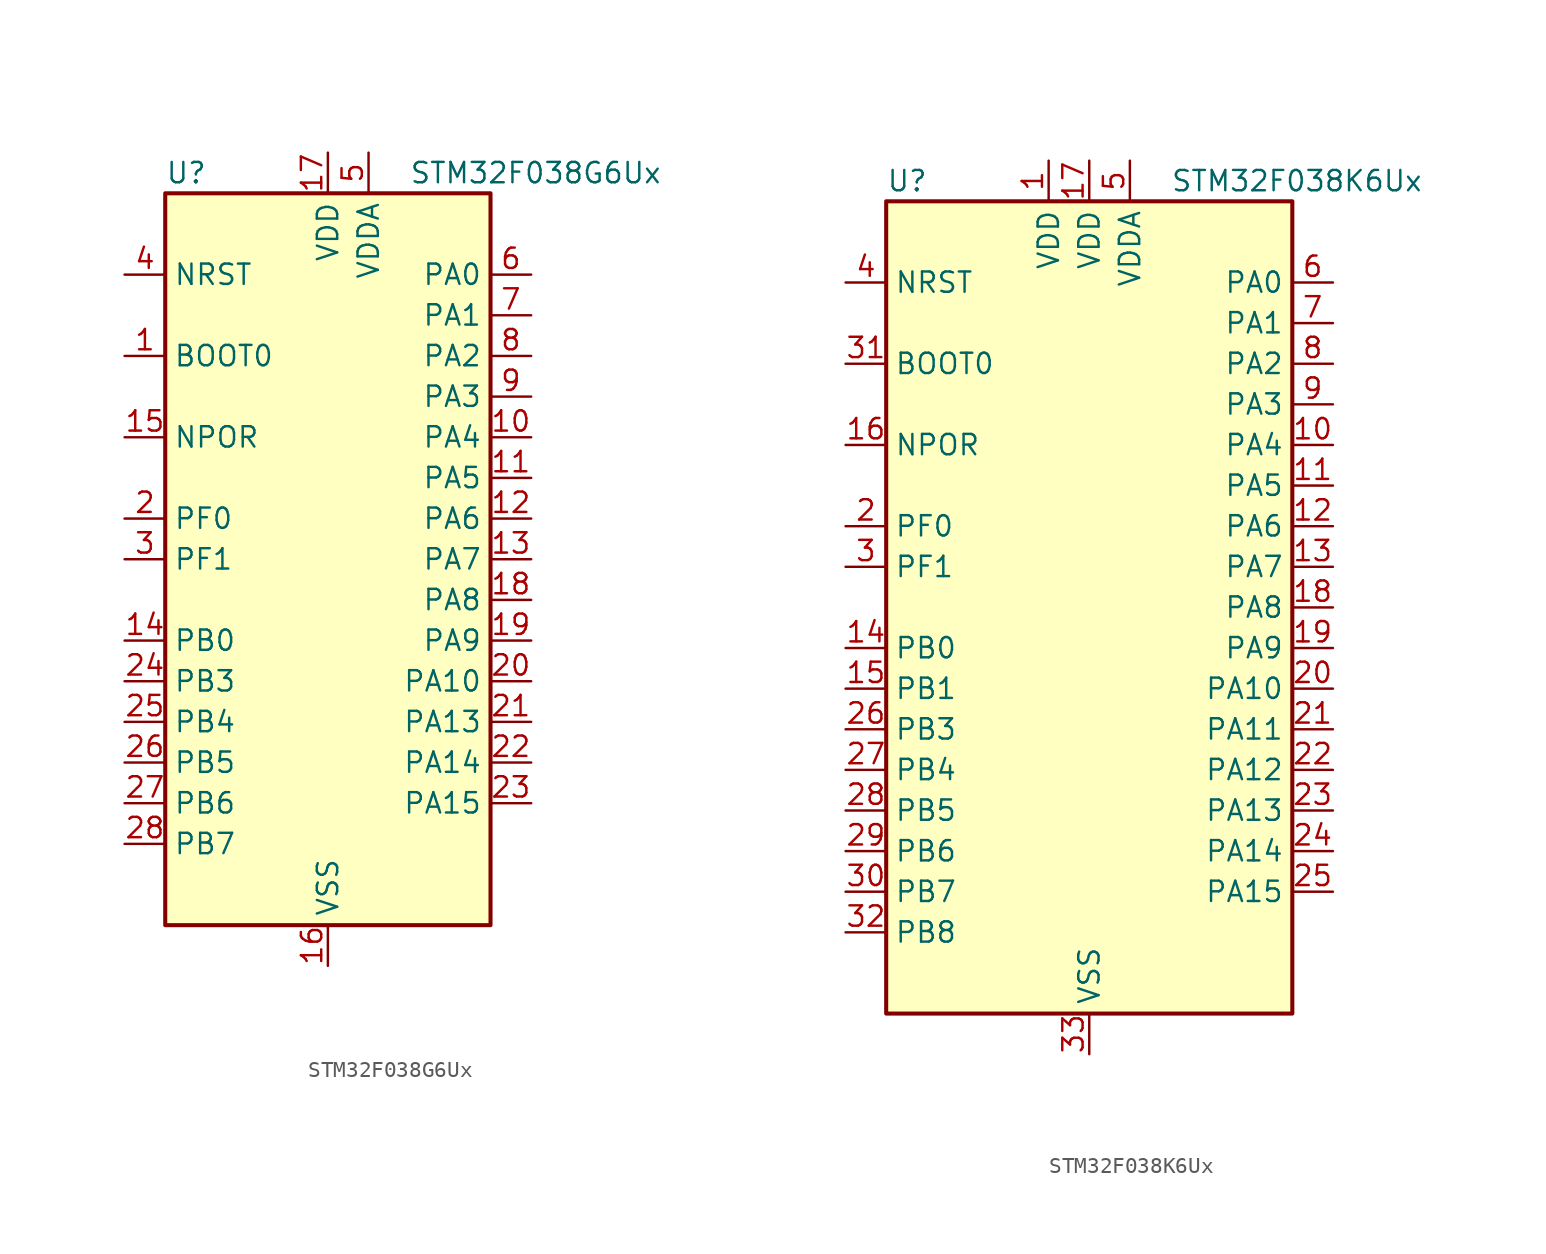
<source format=kicad_sym>
(kicad_symbol_lib
  (version 20241209)
  (generator "kicad_symbol_editor")
  (generator_version "9.0")
  (symbol "STM32F038G6Ux"
    (property "Reference" "U"
      (at -10.16 24.13 0)
      (effects (font (size 1.27 1.27)) (justify left)))
    (property "Value" "STM32F038G6Ux"
      (at 5.08 24.13 0)
      (effects (font (size 1.27 1.27)) (justify left)))
    (symbol "STM32F038G6Ux_0_1"
      (rectangle (start -10.16 -22.86) (end 10.16 22.86) (stroke (width 0.254) (type default)) (fill (type background))))
    (symbol "STM32F038G6Ux_1_1"
      (pin input line (at -12.7 17.78 0) (length 2.54) (name "NRST" (effects (font (size 1.27 1.27)))) (number "4" (effects (font (size 1.27 1.27)))))
      (pin input line (at -12.7 12.7 0) (length 2.54) (name "BOOT0" (effects (font (size 1.27 1.27)))) (number "1" (effects (font (size 1.27 1.27)))))
      (pin input line (at -12.7 7.62 0) (length 2.54) (name "NPOR" (effects (font (size 1.27 1.27)))) (number "15" (effects (font (size 1.27 1.27)))))
      (pin bidirectional line (at -12.7 2.54 0) (length 2.54) (name "PF0" (effects (font (size 1.27 1.27)))) (number "2" (effects (font (size 1.27 1.27)))) (alternate "RCC_OSC_IN" bidirectional line))
      (pin bidirectional line (at -12.7 0 0) (length 2.54) (name "PF1" (effects (font (size 1.27 1.27)))) (number "3" (effects (font (size 1.27 1.27)))) (alternate "RCC_OSC_OUT" bidirectional line))
      (pin bidirectional line (at -12.7 -5.08 0) (length 2.54) (name "PB0" (effects (font (size 1.27 1.27)))) (number "14" (effects (font (size 1.27 1.27)))) (alternate "ADC_IN8" bidirectional line) (alternate "TIM1_CH2N" bidirectional line) (alternate "TIM3_CH3" bidirectional line))
      (pin bidirectional line (at -12.7 -7.62 0) (length 2.54) (name "PB3" (effects (font (size 1.27 1.27)))) (number "24" (effects (font (size 1.27 1.27)))) (alternate "I2S1_CK" bidirectional line) (alternate "SPI1_SCK" bidirectional line) (alternate "TIM2_CH2" bidirectional line))
      (pin bidirectional line (at -12.7 -10.16 0) (length 2.54) (name "PB4" (effects (font (size 1.27 1.27)))) (number "25" (effects (font (size 1.27 1.27)))) (alternate "I2S1_MCK" bidirectional line) (alternate "SPI1_MISO" bidirectional line) (alternate "TIM3_CH1" bidirectional line))
      (pin bidirectional line (at -12.7 -12.7 0) (length 2.54) (name "PB5" (effects (font (size 1.27 1.27)))) (number "26" (effects (font (size 1.27 1.27)))) (alternate "I2C1_SMBA" bidirectional line) (alternate "I2S1_SD" bidirectional line) (alternate "SPI1_MOSI" bidirectional line) (alternate "TIM16_BKIN" bidirectional line) (alternate "TIM3_CH2" bidirectional line))
      (pin bidirectional line (at -12.7 -15.24 0) (length 2.54) (name "PB6" (effects (font (size 1.27 1.27)))) (number "27" (effects (font (size 1.27 1.27)))) (alternate "I2C1_SCL" bidirectional line) (alternate "TIM16_CH1N" bidirectional line) (alternate "USART1_TX" bidirectional line))
      (pin bidirectional line (at -12.7 -17.78 0) (length 2.54) (name "PB7" (effects (font (size 1.27 1.27)))) (number "28" (effects (font (size 1.27 1.27)))) (alternate "I2C1_SDA" bidirectional line) (alternate "TIM17_CH1N" bidirectional line) (alternate "USART1_RX" bidirectional line))
      (pin power_in line (at 0 25.4 270) (length 2.54) (name "VDD" (effects (font (size 1.27 1.27)))) (number "17" (effects (font (size 1.27 1.27)))))
      (pin power_in line (at 0 -25.4 90) (length 2.54) (name "VSS" (effects (font (size 1.27 1.27)))) (number "16" (effects (font (size 1.27 1.27)))))
      (pin power_in line (at 2.54 25.4 270) (length 2.54) (name "VDDA" (effects (font (size 1.27 1.27)))) (number "5" (effects (font (size 1.27 1.27)))))
      (pin bidirectional line (at 12.7 17.78 180) (length 2.54) (name "PA0" (effects (font (size 1.27 1.27)))) (number "6" (effects (font (size 1.27 1.27)))) (alternate "ADC_IN0" bidirectional line) (alternate "RTC_TAMP2" bidirectional line) (alternate "SYS_WKUP1" bidirectional line) (alternate "TIM2_CH1" bidirectional line) (alternate "TIM2_ETR" bidirectional line) (alternate "USART1_CTS" bidirectional line))
      (pin bidirectional line (at 12.7 15.24 180) (length 2.54) (name "PA1" (effects (font (size 1.27 1.27)))) (number "7" (effects (font (size 1.27 1.27)))) (alternate "ADC_IN1" bidirectional line) (alternate "TIM2_CH2" bidirectional line) (alternate "USART1_DE" bidirectional line) (alternate "USART1_RTS" bidirectional line))
      (pin bidirectional line (at 12.7 12.7 180) (length 2.54) (name "PA2" (effects (font (size 1.27 1.27)))) (number "8" (effects (font (size 1.27 1.27)))) (alternate "ADC_IN2" bidirectional line) (alternate "TIM2_CH3" bidirectional line) (alternate "USART1_TX" bidirectional line))
      (pin bidirectional line (at 12.7 10.16 180) (length 2.54) (name "PA3" (effects (font (size 1.27 1.27)))) (number "9" (effects (font (size 1.27 1.27)))) (alternate "ADC_IN3" bidirectional line) (alternate "TIM2_CH4" bidirectional line) (alternate "USART1_RX" bidirectional line))
      (pin bidirectional line (at 12.7 7.62 180) (length 2.54) (name "PA4" (effects (font (size 1.27 1.27)))) (number "10" (effects (font (size 1.27 1.27)))) (alternate "ADC_IN4" bidirectional line) (alternate "I2S1_WS" bidirectional line) (alternate "SPI1_NSS" bidirectional line) (alternate "TIM14_CH1" bidirectional line) (alternate "USART1_CK" bidirectional line))
      (pin bidirectional line (at 12.7 5.08 180) (length 2.54) (name "PA5" (effects (font (size 1.27 1.27)))) (number "11" (effects (font (size 1.27 1.27)))) (alternate "ADC_IN5" bidirectional line) (alternate "I2S1_CK" bidirectional line) (alternate "SPI1_SCK" bidirectional line) (alternate "TIM2_CH1" bidirectional line) (alternate "TIM2_ETR" bidirectional line))
      (pin bidirectional line (at 12.7 2.54 180) (length 2.54) (name "PA6" (effects (font (size 1.27 1.27)))) (number "12" (effects (font (size 1.27 1.27)))) (alternate "ADC_IN6" bidirectional line) (alternate "I2S1_MCK" bidirectional line) (alternate "SPI1_MISO" bidirectional line) (alternate "TIM16_CH1" bidirectional line) (alternate "TIM1_BKIN" bidirectional line) (alternate "TIM3_CH1" bidirectional line))
      (pin bidirectional line (at 12.7 0 180) (length 2.54) (name "PA7" (effects (font (size 1.27 1.27)))) (number "13" (effects (font (size 1.27 1.27)))) (alternate "ADC_IN7" bidirectional line) (alternate "I2S1_SD" bidirectional line) (alternate "SPI1_MOSI" bidirectional line) (alternate "TIM14_CH1" bidirectional line) (alternate "TIM17_CH1" bidirectional line) (alternate "TIM1_CH1N" bidirectional line) (alternate "TIM3_CH2" bidirectional line))
      (pin bidirectional line (at 12.7 -2.54 180) (length 2.54) (name "PA8" (effects (font (size 1.27 1.27)))) (number "18" (effects (font (size 1.27 1.27)))) (alternate "RCC_MCO" bidirectional line) (alternate "TIM1_CH1" bidirectional line) (alternate "USART1_CK" bidirectional line))
      (pin bidirectional line (at 12.7 -5.08 180) (length 2.54) (name "PA9" (effects (font (size 1.27 1.27)))) (number "19" (effects (font (size 1.27 1.27)))) (alternate "I2C1_SCL" bidirectional line) (alternate "TIM1_CH2" bidirectional line) (alternate "USART1_TX" bidirectional line))
      (pin bidirectional line (at 12.7 -7.62 180) (length 2.54) (name "PA10" (effects (font (size 1.27 1.27)))) (number "20" (effects (font (size 1.27 1.27)))) (alternate "I2C1_SDA" bidirectional line) (alternate "TIM17_BKIN" bidirectional line) (alternate "TIM1_CH3" bidirectional line) (alternate "USART1_RX" bidirectional line))
      (pin bidirectional line (at 12.7 -10.16 180) (length 2.54) (name "PA13" (effects (font (size 1.27 1.27)))) (number "21" (effects (font (size 1.27 1.27)))) (alternate "IR_OUT" bidirectional line) (alternate "SYS_SWDIO" bidirectional line))
      (pin bidirectional line (at 12.7 -12.7 180) (length 2.54) (name "PA14" (effects (font (size 1.27 1.27)))) (number "22" (effects (font (size 1.27 1.27)))) (alternate "SYS_SWCLK" bidirectional line) (alternate "USART1_TX" bidirectional line))
      (pin bidirectional line (at 12.7 -15.24 180) (length 2.54) (name "PA15" (effects (font (size 1.27 1.27)))) (number "23" (effects (font (size 1.27 1.27)))) (alternate "I2S1_WS" bidirectional line) (alternate "SPI1_NSS" bidirectional line) (alternate "TIM2_CH1" bidirectional line) (alternate "TIM2_ETR" bidirectional line) (alternate "USART1_RX" bidirectional line))))
  (symbol "STM32F038K6Ux"
    (property "Reference" "U"
      (at -12.7 26.67 0)
      (effects (font (size 1.27 1.27)) (justify left)))
    (property "Value" "STM32F038K6Ux"
      (at 5.08 26.67 0)
      (effects (font (size 1.27 1.27)) (justify left)))
    (symbol "STM32F038K6Ux_0_1"
      (rectangle (start -12.7 -25.4) (end 12.7 25.4) (stroke (width 0.254) (type default)) (fill (type background))))
    (symbol "STM32F038K6Ux_1_1"
      (pin input line (at -15.24 20.32 0) (length 2.54) (name "NRST" (effects (font (size 1.27 1.27)))) (number "4" (effects (font (size 1.27 1.27)))))
      (pin input line (at -15.24 15.24 0) (length 2.54) (name "BOOT0" (effects (font (size 1.27 1.27)))) (number "31" (effects (font (size 1.27 1.27)))))
      (pin input line (at -15.24 10.16 0) (length 2.54) (name "NPOR" (effects (font (size 1.27 1.27)))) (number "16" (effects (font (size 1.27 1.27)))))
      (pin bidirectional line (at -15.24 5.08 0) (length 2.54) (name "PF0" (effects (font (size 1.27 1.27)))) (number "2" (effects (font (size 1.27 1.27)))) (alternate "RCC_OSC_IN" bidirectional line))
      (pin bidirectional line (at -15.24 2.54 0) (length 2.54) (name "PF1" (effects (font (size 1.27 1.27)))) (number "3" (effects (font (size 1.27 1.27)))) (alternate "RCC_OSC_OUT" bidirectional line))
      (pin bidirectional line (at -15.24 -2.54 0) (length 2.54) (name "PB0" (effects (font (size 1.27 1.27)))) (number "14" (effects (font (size 1.27 1.27)))) (alternate "ADC_IN8" bidirectional line) (alternate "TIM1_CH2N" bidirectional line) (alternate "TIM3_CH3" bidirectional line))
      (pin bidirectional line (at -15.24 -5.08 0) (length 2.54) (name "PB1" (effects (font (size 1.27 1.27)))) (number "15" (effects (font (size 1.27 1.27)))) (alternate "ADC_IN9" bidirectional line) (alternate "TIM14_CH1" bidirectional line) (alternate "TIM1_CH3N" bidirectional line) (alternate "TIM3_CH4" bidirectional line))
      (pin bidirectional line (at -15.24 -7.62 0) (length 2.54) (name "PB3" (effects (font (size 1.27 1.27)))) (number "26" (effects (font (size 1.27 1.27)))) (alternate "I2S1_CK" bidirectional line) (alternate "SPI1_SCK" bidirectional line) (alternate "TIM2_CH2" bidirectional line))
      (pin bidirectional line (at -15.24 -10.16 0) (length 2.54) (name "PB4" (effects (font (size 1.27 1.27)))) (number "27" (effects (font (size 1.27 1.27)))) (alternate "I2S1_MCK" bidirectional line) (alternate "SPI1_MISO" bidirectional line) (alternate "TIM3_CH1" bidirectional line))
      (pin bidirectional line (at -15.24 -12.7 0) (length 2.54) (name "PB5" (effects (font (size 1.27 1.27)))) (number "28" (effects (font (size 1.27 1.27)))) (alternate "I2C1_SMBA" bidirectional line) (alternate "I2S1_SD" bidirectional line) (alternate "SPI1_MOSI" bidirectional line) (alternate "TIM16_BKIN" bidirectional line) (alternate "TIM3_CH2" bidirectional line))
      (pin bidirectional line (at -15.24 -15.24 0) (length 2.54) (name "PB6" (effects (font (size 1.27 1.27)))) (number "29" (effects (font (size 1.27 1.27)))) (alternate "I2C1_SCL" bidirectional line) (alternate "TIM16_CH1N" bidirectional line) (alternate "USART1_TX" bidirectional line))
      (pin bidirectional line (at -15.24 -17.78 0) (length 2.54) (name "PB7" (effects (font (size 1.27 1.27)))) (number "30" (effects (font (size 1.27 1.27)))) (alternate "I2C1_SDA" bidirectional line) (alternate "TIM17_CH1N" bidirectional line) (alternate "USART1_RX" bidirectional line))
      (pin bidirectional line (at -15.24 -20.32 0) (length 2.54) (name "PB8" (effects (font (size 1.27 1.27)))) (number "32" (effects (font (size 1.27 1.27)))) (alternate "I2C1_SCL" bidirectional line) (alternate "TIM16_CH1" bidirectional line))
      (pin power_in line (at -2.54 27.94 270) (length 2.54) (name "VDD" (effects (font (size 1.27 1.27)))) (number "1" (effects (font (size 1.27 1.27)))))
      (pin power_in line (at 0 27.94 270) (length 2.54) (name "VDD" (effects (font (size 1.27 1.27)))) (number "17" (effects (font (size 1.27 1.27)))))
      (pin power_in line (at 0 -27.94 90) (length 2.54) (name "VSS" (effects (font (size 1.27 1.27)))) (number "33" (effects (font (size 1.27 1.27)))))
      (pin power_in line (at 2.54 27.94 270) (length 2.54) (name "VDDA" (effects (font (size 1.27 1.27)))) (number "5" (effects (font (size 1.27 1.27)))))
      (pin bidirectional line (at 15.24 20.32 180) (length 2.54) (name "PA0" (effects (font (size 1.27 1.27)))) (number "6" (effects (font (size 1.27 1.27)))) (alternate "ADC_IN0" bidirectional line) (alternate "RTC_TAMP2" bidirectional line) (alternate "SYS_WKUP1" bidirectional line) (alternate "TIM2_CH1" bidirectional line) (alternate "TIM2_ETR" bidirectional line) (alternate "USART1_CTS" bidirectional line))
      (pin bidirectional line (at 15.24 17.78 180) (length 2.54) (name "PA1" (effects (font (size 1.27 1.27)))) (number "7" (effects (font (size 1.27 1.27)))) (alternate "ADC_IN1" bidirectional line) (alternate "TIM2_CH2" bidirectional line) (alternate "USART1_DE" bidirectional line) (alternate "USART1_RTS" bidirectional line))
      (pin bidirectional line (at 15.24 15.24 180) (length 2.54) (name "PA2" (effects (font (size 1.27 1.27)))) (number "8" (effects (font (size 1.27 1.27)))) (alternate "ADC_IN2" bidirectional line) (alternate "TIM2_CH3" bidirectional line) (alternate "USART1_TX" bidirectional line))
      (pin bidirectional line (at 15.24 12.7 180) (length 2.54) (name "PA3" (effects (font (size 1.27 1.27)))) (number "9" (effects (font (size 1.27 1.27)))) (alternate "ADC_IN3" bidirectional line) (alternate "TIM2_CH4" bidirectional line) (alternate "USART1_RX" bidirectional line))
      (pin bidirectional line (at 15.24 10.16 180) (length 2.54) (name "PA4" (effects (font (size 1.27 1.27)))) (number "10" (effects (font (size 1.27 1.27)))) (alternate "ADC_IN4" bidirectional line) (alternate "I2S1_WS" bidirectional line) (alternate "SPI1_NSS" bidirectional line) (alternate "TIM14_CH1" bidirectional line) (alternate "USART1_CK" bidirectional line))
      (pin bidirectional line (at 15.24 7.62 180) (length 2.54) (name "PA5" (effects (font (size 1.27 1.27)))) (number "11" (effects (font (size 1.27 1.27)))) (alternate "ADC_IN5" bidirectional line) (alternate "I2S1_CK" bidirectional line) (alternate "SPI1_SCK" bidirectional line) (alternate "TIM2_CH1" bidirectional line) (alternate "TIM2_ETR" bidirectional line))
      (pin bidirectional line (at 15.24 5.08 180) (length 2.54) (name "PA6" (effects (font (size 1.27 1.27)))) (number "12" (effects (font (size 1.27 1.27)))) (alternate "ADC_IN6" bidirectional line) (alternate "I2S1_MCK" bidirectional line) (alternate "SPI1_MISO" bidirectional line) (alternate "TIM16_CH1" bidirectional line) (alternate "TIM1_BKIN" bidirectional line) (alternate "TIM3_CH1" bidirectional line))
      (pin bidirectional line (at 15.24 2.54 180) (length 2.54) (name "PA7" (effects (font (size 1.27 1.27)))) (number "13" (effects (font (size 1.27 1.27)))) (alternate "ADC_IN7" bidirectional line) (alternate "I2S1_SD" bidirectional line) (alternate "SPI1_MOSI" bidirectional line) (alternate "TIM14_CH1" bidirectional line) (alternate "TIM17_CH1" bidirectional line) (alternate "TIM1_CH1N" bidirectional line) (alternate "TIM3_CH2" bidirectional line))
      (pin bidirectional line (at 15.24 0 180) (length 2.54) (name "PA8" (effects (font (size 1.27 1.27)))) (number "18" (effects (font (size 1.27 1.27)))) (alternate "RCC_MCO" bidirectional line) (alternate "TIM1_CH1" bidirectional line) (alternate "USART1_CK" bidirectional line))
      (pin bidirectional line (at 15.24 -2.54 180) (length 2.54) (name "PA9" (effects (font (size 1.27 1.27)))) (number "19" (effects (font (size 1.27 1.27)))) (alternate "I2C1_SCL" bidirectional line) (alternate "TIM1_CH2" bidirectional line) (alternate "USART1_TX" bidirectional line))
      (pin bidirectional line (at 15.24 -5.08 180) (length 2.54) (name "PA10" (effects (font (size 1.27 1.27)))) (number "20" (effects (font (size 1.27 1.27)))) (alternate "I2C1_SDA" bidirectional line) (alternate "TIM17_BKIN" bidirectional line) (alternate "TIM1_CH3" bidirectional line) (alternate "USART1_RX" bidirectional line))
      (pin bidirectional line (at 15.24 -7.62 180) (length 2.54) (name "PA11" (effects (font (size 1.27 1.27)))) (number "21" (effects (font (size 1.27 1.27)))) (alternate "TIM1_CH4" bidirectional line) (alternate "USART1_CTS" bidirectional line))
      (pin bidirectional line (at 15.24 -10.16 180) (length 2.54) (name "PA12" (effects (font (size 1.27 1.27)))) (number "22" (effects (font (size 1.27 1.27)))) (alternate "TIM1_ETR" bidirectional line) (alternate "USART1_DE" bidirectional line) (alternate "USART1_RTS" bidirectional line))
      (pin bidirectional line (at 15.24 -12.7 180) (length 2.54) (name "PA13" (effects (font (size 1.27 1.27)))) (number "23" (effects (font (size 1.27 1.27)))) (alternate "IR_OUT" bidirectional line) (alternate "SYS_SWDIO" bidirectional line))
      (pin bidirectional line (at 15.24 -15.24 180) (length 2.54) (name "PA14" (effects (font (size 1.27 1.27)))) (number "24" (effects (font (size 1.27 1.27)))) (alternate "SYS_SWCLK" bidirectional line) (alternate "USART1_TX" bidirectional line))
      (pin bidirectional line (at 15.24 -17.78 180) (length 2.54) (name "PA15" (effects (font (size 1.27 1.27)))) (number "25" (effects (font (size 1.27 1.27)))) (alternate "I2S1_WS" bidirectional line) (alternate "SPI1_NSS" bidirectional line) (alternate "TIM2_CH1" bidirectional line) (alternate "TIM2_ETR" bidirectional line) (alternate "USART1_RX" bidirectional line)))))
</source>
